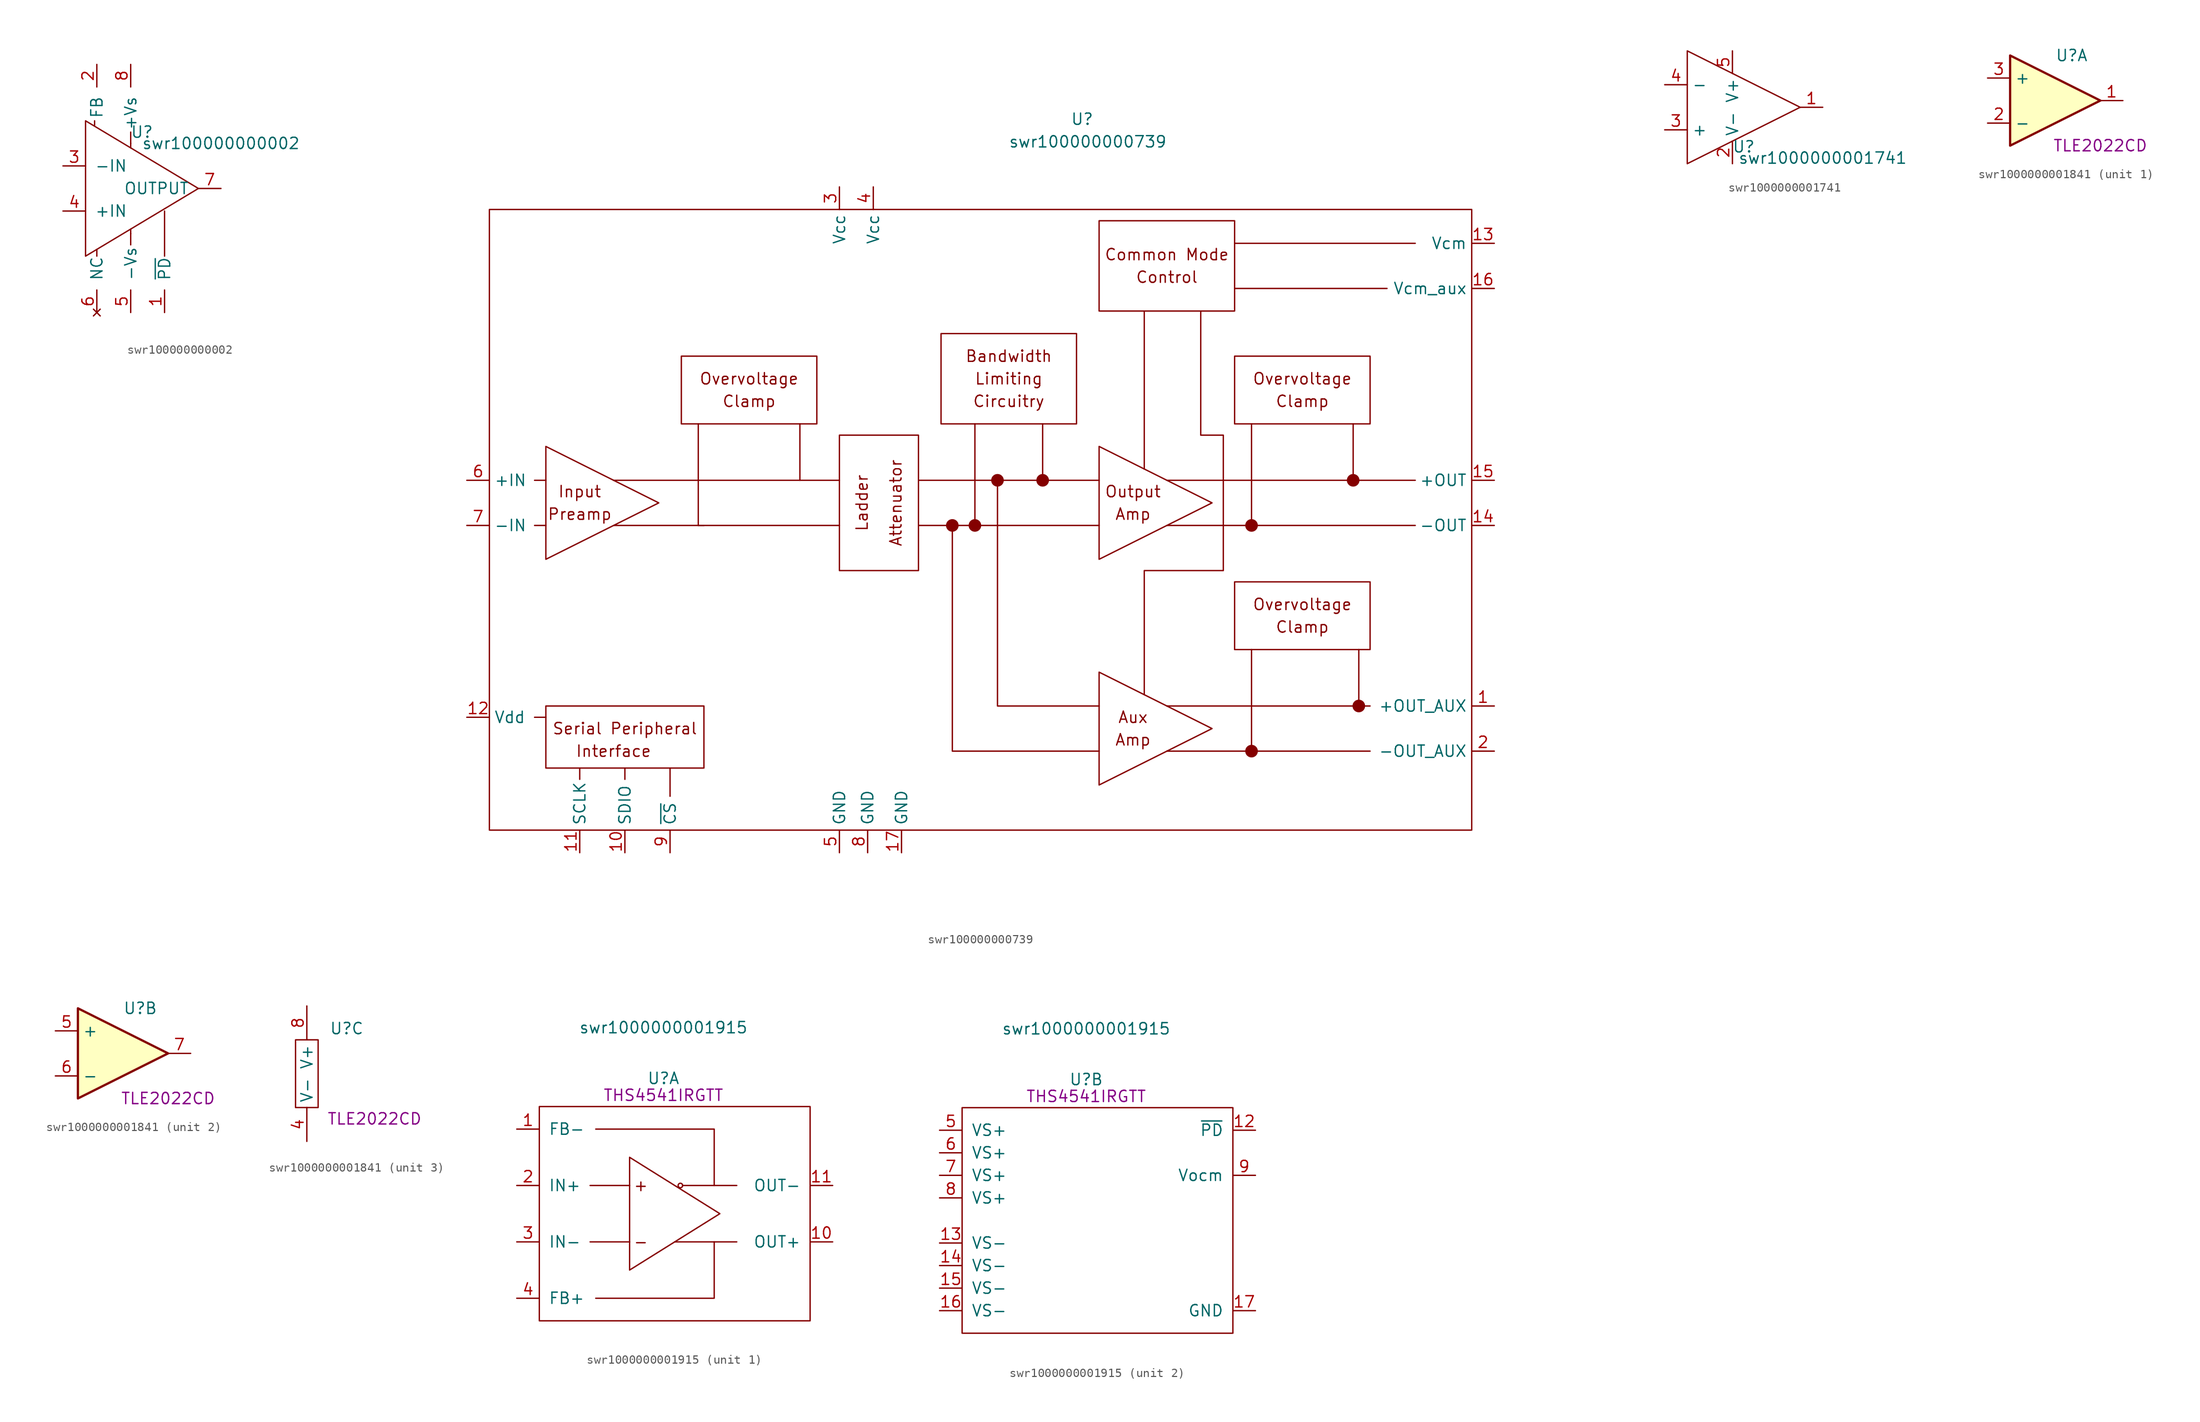
<source format=kicad_sym>
(kicad_symbol_lib
  (version 20220914)
  (generator kicad_symbol_editor)
  (symbol "swr100000000002"
    (pin_names
      (offset 1.016))
    (property "Reference" "U"
      (at 1.27 6.35 0)
      (effects (font (size 1.27 1.27))))
    (property "Value" "swr100000000002"
      (at 10.16 5.08 0)
      (effects (font (size 1.27 1.27))))
    (symbol "swr100000000002_0_1"
      (polyline (pts (xy -4.064 7.62) (xy -4.064 7.112)) (stroke (width 0) (type default)) (fill (type none)))
      (polyline (pts (xy -3.81 -7.62) (xy -3.81 -6.858)) (stroke (width 0) (type default)) (fill (type none)))
      (polyline (pts (xy 0 -6.35) (xy 0 -5.08)) (stroke (width 0) (type default)) (fill (type none)))
      (polyline (pts (xy 0 -5.08) (xy 0 -4.572)) (stroke (width 0) (type default)) (fill (type none)))
      (polyline (pts (xy 0 5.08) (xy 0 4.572)) (stroke (width 0) (type default)) (fill (type none)))
      (polyline (pts (xy 0 5.08) (xy 0 6.35)) (stroke (width 0) (type default)) (fill (type none)))
      (polyline (pts (xy 3.81 -7.62) (xy 3.81 -2.54)) (stroke (width 0) (type default)) (fill (type none)))
      (polyline (pts (xy -5.08 7.62) (xy -5.08 -7.62) (xy 7.62 0) (xy -5.08 7.62)) (stroke (width 0) (type default)) (fill (type none))))
    (symbol "swr100000000002_1_1"
      (pin input line (at 3.81 -13.97 90) (length 2.54) (name "~{PD}" (effects (font (size 1.27 1.27)))) (number "1" (effects (font (size 1.27 1.27)))))
      (pin output line (at -3.81 13.97 270) (length 2.54) (name "FB" (effects (font (size 1.27 1.27)))) (number "2" (effects (font (size 1.27 1.27)))))
      (pin input line (at -7.62 2.54 0) (length 2.54) (name "-IN" (effects (font (size 1.27 1.27)))) (number "3" (effects (font (size 1.27 1.27)))))
      (pin input line (at -7.62 -2.54 0) (length 2.54) (name "+IN" (effects (font (size 1.27 1.27)))) (number "4" (effects (font (size 1.27 1.27)))))
      (pin power_in line (at 0 -13.97 90) (length 2.54) (name "-Vs" (effects (font (size 1.27 1.27)))) (number "5" (effects (font (size 1.27 1.27)))))
      (pin no_connect line (at -3.81 -13.97 90) (length 2.54) (name "NC" (effects (font (size 1.27 1.27)))) (number "6" (effects (font (size 1.27 1.27)))))
      (pin output line (at 10.16 0 180) (length 2.54) (name "OUTPUT" (effects (font (size 1.27 1.27)))) (number "7" (effects (font (size 1.27 1.27)))))
      (pin power_in line (at 0 13.97 270) (length 2.54) (name "+Vs" (effects (font (size 1.27 1.27)))) (number "8" (effects (font (size 1.27 1.27)))))))
  (symbol "swr100000000739"
    (property "Reference" "U"
      (at -3.175 24.13 0)
      (effects (font (size 1.27 1.27))))
    (property "Value" "swr100000000739"
      (at -2.54 21.59 0)
      (effects (font (size 1.27 1.27))))
    (symbol "swr100000000739_0_0"
      (rectangle (start -69.85 13.97) (end 40.64 -55.88) (stroke (width 0) (type default)) (fill (type none)))
      (rectangle (start -63.5 -41.91) (end -45.72 -48.895) (stroke (width 0) (type default)) (fill (type none)))
      (rectangle (start -48.26 -2.54) (end -33.02 -10.16) (stroke (width 0) (type default)) (fill (type none)))
      (rectangle (start -30.48 -11.43) (end -21.59 -26.67) (stroke (width 0) (type default)) (fill (type none)))
      (rectangle (start -19.05 0) (end -3.81 -10.16) (stroke (width 0) (type default)) (fill (type none)))
      (circle (center -17.78 -21.59) (radius 0.635) (stroke (width 0) (type default)) (fill (type outline)))
      (circle (center -15.24 -21.59) (radius 0.635) (stroke (width 0) (type default)) (fill (type outline)))
      (circle (center -12.7 -16.51) (radius 0.635) (stroke (width 0) (type default)) (fill (type outline)))
      (circle (center -7.62 -16.51) (radius 0.635) (stroke (width 0) (type default)) (fill (type outline)))
      (rectangle (start -1.27 12.7) (end 13.97 2.54) (stroke (width 0) (type default)) (fill (type none)))
      (polyline (pts (xy -63.5 -43.18) (xy -64.77 -43.18)) (stroke (width 0) (type default)) (fill (type none)))
      (polyline (pts (xy -63.5 -21.59) (xy -64.77 -21.59)) (stroke (width 0) (type default)) (fill (type none)))
      (polyline (pts (xy -63.5 -16.51) (xy -64.77 -16.51)) (stroke (width 0) (type default)) (fill (type none)))
      (polyline (pts (xy -59.69 -48.895) (xy -59.69 -50.165)) (stroke (width 0) (type default)) (fill (type none)))
      (polyline (pts (xy -55.88 -21.59) (xy -30.48 -21.59)) (stroke (width 0) (type default)) (fill (type none)))
      (polyline (pts (xy -55.88 -16.51) (xy -30.48 -16.51)) (stroke (width 0) (type default)) (fill (type none)))
      (polyline (pts (xy -54.61 -48.895) (xy -54.61 -50.165)) (stroke (width 0) (type default)) (fill (type none)))
      (polyline (pts (xy -49.53 -48.895) (xy -49.53 -52.07)) (stroke (width 0) (type default)) (fill (type none)))
      (polyline (pts (xy -34.925 -10.16) (xy -34.925 -16.51)) (stroke (width 0) (type default)) (fill (type none)))
      (polyline (pts (xy -21.59 -21.59) (xy -1.27 -21.59)) (stroke (width 0) (type default)) (fill (type none)))
      (polyline (pts (xy -21.59 -16.51) (xy -1.27 -16.51)) (stroke (width 0) (type default)) (fill (type none)))
      (polyline (pts (xy -15.24 -10.16) (xy -15.24 -21.59)) (stroke (width 0) (type default)) (fill (type none)))
      (polyline (pts (xy -7.62 -10.16) (xy -7.62 -16.51)) (stroke (width 0) (type default)) (fill (type none)))
      (polyline (pts (xy 3.81 -15.24) (xy 3.81 2.54)) (stroke (width 0) (type default)) (fill (type none)))
      (polyline (pts (xy 6.35 -46.99) (xy 29.21 -46.99)) (stroke (width 0) (type default)) (fill (type none)))
      (polyline (pts (xy 6.35 -41.91) (xy 29.21 -41.91)) (stroke (width 0) (type default)) (fill (type none)))
      (polyline (pts (xy 6.35 -21.59) (xy 34.29 -21.59)) (stroke (width 0) (type default)) (fill (type none)))
      (polyline (pts (xy 6.35 -16.51) (xy 34.29 -16.51)) (stroke (width 0) (type default)) (fill (type none)))
      (polyline (pts (xy 13.97 5.08) (xy 31.115 5.08)) (stroke (width 0) (type default)) (fill (type none)))
      (polyline (pts (xy 13.97 10.16) (xy 34.29 10.16)) (stroke (width 0) (type default)) (fill (type none)))
      (polyline (pts (xy 15.875 -35.56) (xy 15.875 -46.99)) (stroke (width 0) (type default)) (fill (type none)))
      (polyline (pts (xy 15.875 -10.16) (xy 15.875 -21.59)) (stroke (width 0) (type default)) (fill (type none)))
      (polyline (pts (xy 27.305 -10.16) (xy 27.305 -16.51)) (stroke (width 0) (type default)) (fill (type none)))
      (polyline (pts (xy 27.94 -35.56) (xy 27.94 -41.91)) (stroke (width 0) (type default)) (fill (type none)))
      (polyline (pts (xy -46.355 -10.16) (xy -46.355 -21.59) (xy -45.72 -21.59)) (stroke (width 0) (type default)) (fill (type none)))
      (polyline (pts (xy -12.7 -16.51) (xy -12.7 -41.91) (xy -1.27 -41.91)) (stroke (width 0) (type default)) (fill (type none)))
      (polyline (pts (xy -1.27 -46.99) (xy -17.78 -46.99) (xy -17.78 -21.59)) (stroke (width 0) (type default)) (fill (type none)))
      (polyline (pts (xy 3.81 -40.64) (xy 3.81 -26.67) (xy 12.7 -26.67) (xy 12.7 -11.43) (xy 10.16 -11.43) (xy 10.16 2.54)) (stroke (width 0) (type default)) (fill (type none)))
      (rectangle (start 13.97 -27.94) (end 29.21 -35.56) (stroke (width 0) (type default)) (fill (type none)))
      (rectangle (start 13.97 -2.54) (end 29.21 -10.16) (stroke (width 0) (type default)) (fill (type none)))
      (circle (center 15.875 -46.99) (radius 0.635) (stroke (width 0) (type default)) (fill (type outline)))
      (circle (center 15.875 -21.59) (radius 0.635) (stroke (width 0) (type default)) (fill (type outline)))
      (circle (center 27.305 -16.51) (radius 0.635) (stroke (width 0) (type default)) (fill (type outline)))
      (circle (center 27.94 -41.91) (radius 0.635) (stroke (width 0) (type default)) (fill (type outline)))
      (text "Amp" (at 2.54 -45.72 0) (effects (font (size 1.27 1.27))))
      (text "Amp" (at 2.54 -20.32 0) (effects (font (size 1.27 1.27))))
      (text "Attenuator" (at -24.13 -19.05 900) (effects (font (size 1.27 1.27))))
      (text "Aux" (at 2.54 -43.18 0) (effects (font (size 1.27 1.27))))
      (text "Bandwidth" (at -11.43 -2.54 0) (effects (font (size 1.27 1.27))))
      (text "Circuitry" (at -11.43 -7.62 0) (effects (font (size 1.27 1.27))))
      (text "Clamp" (at -40.64 -7.62 0) (effects (font (size 1.27 1.27))))
      (text "Clamp" (at 21.59 -33.02 0) (effects (font (size 1.27 1.27))))
      (text "Clamp" (at 21.59 -7.62 0) (effects (font (size 1.27 1.27))))
      (text "Common Mode" (at 6.35 8.89 0) (effects (font (size 1.27 1.27))))
      (text "Control" (at 6.35 6.35 0) (effects (font (size 1.27 1.27))))
      (text "Input" (at -59.69 -17.78 0) (effects (font (size 1.27 1.27))))
      (text "Interface" (at -55.88 -46.99 0) (effects (font (size 1.27 1.27))))
      (text "Ladder" (at -27.94 -19.05 900) (effects (font (size 1.27 1.27))))
      (text "Limiting" (at -11.43 -5.08 0) (effects (font (size 1.27 1.27))))
      (text "Output" (at 2.54 -17.78 0) (effects (font (size 1.27 1.27))))
      (text "Overvoltage" (at -40.64 -5.08 0) (effects (font (size 1.27 1.27))))
      (text "Overvoltage" (at 21.59 -30.48 0) (effects (font (size 1.27 1.27))))
      (text "Overvoltage" (at 21.59 -5.08 0) (effects (font (size 1.27 1.27))))
      (text "Preamp" (at -59.69 -20.32 0) (effects (font (size 1.27 1.27))))
      (text "Serial Peripheral" (at -54.61 -44.45 0) (effects (font (size 1.27 1.27))))
      (pin output line (at 43.18 -41.91 180) (length 2.54) (name "+OUT_AUX" (effects (font (size 1.27 1.27)))) (number "1" (effects (font (size 1.27 1.27)))))
      (pin bidirectional line (at -54.61 -58.42 90) (length 2.54) (name "SDIO" (effects (font (size 1.27 1.27)))) (number "10" (effects (font (size 1.27 1.27)))))
      (pin input line (at -59.69 -58.42 90) (length 2.54) (name "SCLK" (effects (font (size 1.27 1.27)))) (number "11" (effects (font (size 1.27 1.27)))))
      (pin power_in line (at -72.39 -43.18 0) (length 2.54) (name "Vdd" (effects (font (size 1.27 1.27)))) (number "12" (effects (font (size 1.27 1.27)))))
      (pin input line (at 43.18 10.16 180) (length 2.54) (name "Vcm" (effects (font (size 1.27 1.27)))) (number "13" (effects (font (size 1.27 1.27)))))
      (pin output line (at 43.18 -21.59 180) (length 2.54) (name "-OUT" (effects (font (size 1.27 1.27)))) (number "14" (effects (font (size 1.27 1.27)))))
      (pin output line (at 43.18 -16.51 180) (length 2.54) (name "+OUT" (effects (font (size 1.27 1.27)))) (number "15" (effects (font (size 1.27 1.27)))))
      (pin input line (at 43.18 5.08 180) (length 2.54) (name "Vcm_aux" (effects (font (size 1.27 1.27)))) (number "16" (effects (font (size 1.27 1.27)))))
      (pin power_in line (at -23.495 -58.42 90) (length 2.54) (name "GND" (effects (font (size 1.27 1.27)))) (number "17" (effects (font (size 1.27 1.27)))))
      (pin output line (at 43.18 -46.99 180) (length 2.54) (name "-OUT_AUX" (effects (font (size 1.27 1.27)))) (number "2" (effects (font (size 1.27 1.27)))))
      (pin power_in line (at -30.48 16.51 270) (length 2.54) (name "Vcc" (effects (font (size 1.27 1.27)))) (number "3" (effects (font (size 1.27 1.27)))))
      (pin power_in line (at -26.67 16.51 270) (length 2.54) (name "Vcc" (effects (font (size 1.27 1.27)))) (number "4" (effects (font (size 1.27 1.27)))))
      (pin power_in line (at -30.48 -58.42 90) (length 2.54) (name "GND" (effects (font (size 1.27 1.27)))) (number "5" (effects (font (size 1.27 1.27)))))
      (pin input line (at -72.39 -16.51 0) (length 2.54) (name "+IN" (effects (font (size 1.27 1.27)))) (number "6" (effects (font (size 1.27 1.27)))))
      (pin input line (at -72.39 -21.59 0) (length 2.54) (name "-IN" (effects (font (size 1.27 1.27)))) (number "7" (effects (font (size 1.27 1.27)))))
      (pin power_in line (at -27.305 -58.42 90) (length 2.54) (name "GND" (effects (font (size 1.27 1.27)))) (number "8" (effects (font (size 1.27 1.27)))))
      (pin input line (at -49.53 -58.42 90) (length 2.54) (name "~{CS}" (effects (font (size 1.27 1.27)))) (number "9" (effects (font (size 1.27 1.27))))))
    (symbol "swr100000000739_0_1"
      (polyline (pts (xy -63.5 -12.7) (xy -63.5 -25.4) (xy -50.8 -19.05) (xy -63.5 -12.7)) (stroke (width 0) (type default)) (fill (type none)))
      (polyline (pts (xy -1.27 -38.1) (xy -1.27 -50.8) (xy 11.43 -44.45) (xy -1.27 -38.1)) (stroke (width 0) (type default)) (fill (type none)))
      (polyline (pts (xy -1.27 -12.7) (xy -1.27 -25.4) (xy 11.43 -19.05) (xy -1.27 -12.7)) (stroke (width 0) (type default)) (fill (type none)))))
  (symbol "swr1000000001741"
    (property "Reference" "U"
      (at 0 -4.445 0)
      (effects (font (size 1.27 1.27))))
    (property "Value" "swr1000000001741"
      (at 8.89 -5.715 0)
      (effects (font (size 1.27 1.27))))
    (symbol "swr1000000001741_0_1"
      (polyline (pts (xy -6.35 6.35) (xy -6.35 -6.35) (xy 6.35 0) (xy -6.35 6.35)) (stroke (width 0) (type default)) (fill (type none))))
    (symbol "swr1000000001741_1_1"
      (pin output line (at 8.89 0 180) (length 2.54) (name "" (effects (font (size 1.27 1.27)))) (number "1" (effects (font (size 1.27 1.27)))))
      (pin power_in line (at -1.27 -6.35 90) (length 2.54) (name "V-" (effects (font (size 1.27 1.27)))) (number "2" (effects (font (size 1.27 1.27)))))
      (pin input line (at -8.89 -2.54 0) (length 2.54) (name "+" (effects (font (size 1.27 1.27)))) (number "3" (effects (font (size 1.27 1.27)))))
      (pin input line (at -8.89 2.54 0) (length 2.54) (name "-" (effects (font (size 1.27 1.27)))) (number "4" (effects (font (size 1.27 1.27)))))
      (pin power_in line (at -1.27 6.35 270) (length 2.54) (name "V+" (effects (font (size 1.27 1.27)))) (number "5" (effects (font (size 1.27 1.27)))))))
  (symbol "swr1000000001841"
    (property "Reference" "U"
      (at 0 5.08 0)
      (effects (font (size 1.27 1.27)) (justify left)))
    (property "PartValue" "TLE2022CD"
      (at 5.08 -5.08 0)
      (effects (font (size 1.27 1.27))))
    (property "ki_locked" ""
      (at 0 0 0)
      (effects (font (size 1.27 1.27))))
    (symbol "swr1000000001841_1_1"
      (polyline (pts (xy -5.08 5.08) (xy 5.08 0) (xy -5.08 -5.08) (xy -5.08 5.08)) (stroke (width 0.254) (type default)) (fill (type background)))
      (pin output line (at 7.62 0 180) (length 2.54) (name "~" (effects (font (size 1.27 1.27)))) (number "1" (effects (font (size 1.27 1.27)))))
      (pin input line (at -7.62 -2.54 0) (length 2.54) (name "-" (effects (font (size 1.27 1.27)))) (number "2" (effects (font (size 1.27 1.27)))))
      (pin input line (at -7.62 2.54 0) (length 2.54) (name "+" (effects (font (size 1.27 1.27)))) (number "3" (effects (font (size 1.27 1.27))))))
    (symbol "swr1000000001841_2_1"
      (polyline (pts (xy -5.08 5.08) (xy 5.08 0) (xy -5.08 -5.08) (xy -5.08 5.08)) (stroke (width 0.254) (type default)) (fill (type background)))
      (pin input line (at -7.62 2.54 0) (length 2.54) (name "+" (effects (font (size 1.27 1.27)))) (number "5" (effects (font (size 1.27 1.27)))))
      (pin input line (at -7.62 -2.54 0) (length 2.54) (name "-" (effects (font (size 1.27 1.27)))) (number "6" (effects (font (size 1.27 1.27)))))
      (pin output line (at 7.62 0 180) (length 2.54) (name "~" (effects (font (size 1.27 1.27)))) (number "7" (effects (font (size 1.27 1.27))))))
    (symbol "swr1000000001841_3_1"
      (rectangle (start -3.81 3.81) (end -1.27 -3.81) (stroke (width 0) (type default)) (fill (type none)))
      (pin power_in line (at -2.54 -7.62 90) (length 3.81) (name "V-" (effects (font (size 1.27 1.27)))) (number "4" (effects (font (size 1.27 1.27)))))
      (pin power_in line (at -2.54 7.62 270) (length 3.81) (name "V+" (effects (font (size 1.27 1.27)))) (number "8" (effects (font (size 1.27 1.27)))))))
  (symbol "swr1000000001915"
    (pin_names
      (offset 1.016))
    (property "Reference" "U"
      (at 0 3.175 0)
      (effects (font (size 1.27 1.27))))
    (property "Value" "swr1000000001915"
      (at 0 8.89 0)
      (effects (font (size 1.27 1.27))))
    (property "PartValue" "THS4541IRGTT"
      (at 0 1.27 0)
      (effects (font (size 1.27 1.27))))
    (symbol "swr1000000001915_1_0"
      (rectangle (start -13.97 0) (end 16.51 -24.13) (stroke (width 0) (type solid)) (fill (type none)))
      (polyline (pts (xy -8.255 -15.24) (xy -3.81 -15.24)) (stroke (width 0) (type solid)) (fill (type none)))
      (polyline (pts (xy -8.255 -8.89) (xy -3.81 -8.89)) (stroke (width 0) (type solid)) (fill (type none)))
      (polyline (pts (xy 2.159 -8.89) (xy 8.255 -8.89)) (stroke (width 0) (type solid)) (fill (type none)))
      (polyline (pts (xy 8.255 -15.24) (xy 1.27 -15.24)) (stroke (width 0) (type solid)) (fill (type none)))
      (polyline (pts (xy -7.62 -21.59) (xy 5.715 -21.59) (xy 5.715 -15.24)) (stroke (width 0) (type solid)) (fill (type none)))
      (polyline (pts (xy 5.715 -8.89) (xy 5.715 -2.54) (xy -7.62 -2.54)) (stroke (width 0) (type solid)) (fill (type none)))
      (polyline (pts (xy -3.81 -5.715) (xy -3.81 -18.415) (xy 6.35 -12.065) (xy -3.81 -5.715)) (stroke (width 0) (type solid)) (fill (type none)))
      (circle (center 1.905 -8.89) (radius 0.254) (stroke (width 0) (type solid)) (fill (type none)))
      (text "+" (at -2.54 -8.89 0) (effects (font (size 1.27 1.27))))
      (text "-" (at -2.54 -15.24 0) (effects (font (size 1.27 1.27)))))
    (symbol "swr1000000001915_1_1"
      (pin input line (at -16.51 -2.54 0) (length 2.54) (name "FB-" (effects (font (size 1.27 1.27)))) (number "1" (effects (font (size 1.27 1.27)))))
      (pin output line (at 19.05 -15.24 180) (length 2.54) (name "OUT+" (effects (font (size 1.27 1.27)))) (number "10" (effects (font (size 1.27 1.27)))))
      (pin output line (at 19.05 -8.89 180) (length 2.54) (name "OUT-" (effects (font (size 1.27 1.27)))) (number "11" (effects (font (size 1.27 1.27)))))
      (pin input line (at -16.51 -8.89 0) (length 2.54) (name "IN+" (effects (font (size 1.27 1.27)))) (number "2" (effects (font (size 1.27 1.27)))))
      (pin input line (at -16.51 -15.24 0) (length 2.54) (name "IN-" (effects (font (size 1.27 1.27)))) (number "3" (effects (font (size 1.27 1.27)))))
      (pin input line (at -16.51 -21.59 0) (length 2.54) (name "FB+" (effects (font (size 1.27 1.27)))) (number "4" (effects (font (size 1.27 1.27))))))
    (symbol "swr1000000001915_2_0"
      (rectangle (start -13.97 0) (end 16.51 -25.4) (stroke (width 0) (type solid)) (fill (type none)))
      (pin input line (at -16.51 -20.32 0) (length 2.54) (name "VS-" (effects (font (size 1.27 1.27)))) (number "15" (effects (font (size 1.27 1.27)))))
      (pin input line (at -16.51 -22.86 0) (length 2.54) (name "VS-" (effects (font (size 1.27 1.27)))) (number "16" (effects (font (size 1.27 1.27)))))
      (pin input line (at 19.05 -22.86 180) (length 2.54) (name "GND" (effects (font (size 1.27 1.27)))) (number "17" (effects (font (size 1.27 1.27))))))
    (symbol "swr1000000001915_2_1"
      (pin input line (at 19.05 -2.54 180) (length 2.54) (name "~{PD}" (effects (font (size 1.27 1.27)))) (number "12" (effects (font (size 1.27 1.27)))))
      (pin output line (at -16.51 -15.24 0) (length 2.54) (name "VS-" (effects (font (size 1.27 1.27)))) (number "13" (effects (font (size 1.27 1.27)))))
      (pin output line (at -16.51 -17.78 0) (length 2.54) (name "VS-" (effects (font (size 1.27 1.27)))) (number "14" (effects (font (size 1.27 1.27)))))
      (pin input line (at -16.51 -2.54 0) (length 2.54) (name "VS+" (effects (font (size 1.27 1.27)))) (number "5" (effects (font (size 1.27 1.27)))))
      (pin input line (at -16.51 -5.08 0) (length 2.54) (name "VS+" (effects (font (size 1.27 1.27)))) (number "6" (effects (font (size 1.27 1.27)))))
      (pin input line (at -16.51 -7.62 0) (length 2.54) (name "VS+" (effects (font (size 1.27 1.27)))) (number "7" (effects (font (size 1.27 1.27)))))
      (pin input line (at -16.51 -10.16 0) (length 2.54) (name "VS+" (effects (font (size 1.27 1.27)))) (number "8" (effects (font (size 1.27 1.27)))))
      (pin input line (at 19.05 -7.62 180) (length 2.54) (name "Vocm" (effects (font (size 1.27 1.27)))) (number "9" (effects (font (size 1.27 1.27))))))))
</source>
